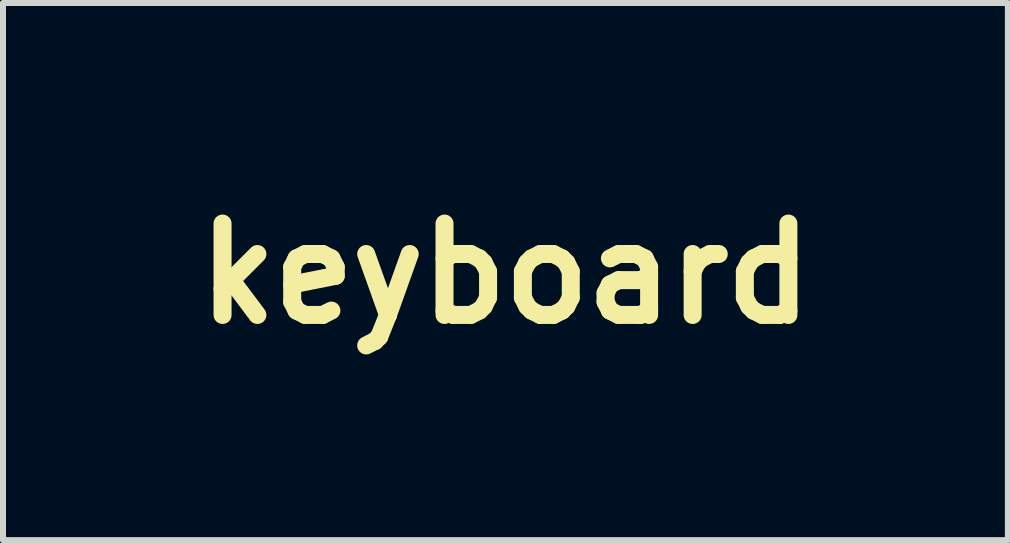
<source format=kicad_pcb>
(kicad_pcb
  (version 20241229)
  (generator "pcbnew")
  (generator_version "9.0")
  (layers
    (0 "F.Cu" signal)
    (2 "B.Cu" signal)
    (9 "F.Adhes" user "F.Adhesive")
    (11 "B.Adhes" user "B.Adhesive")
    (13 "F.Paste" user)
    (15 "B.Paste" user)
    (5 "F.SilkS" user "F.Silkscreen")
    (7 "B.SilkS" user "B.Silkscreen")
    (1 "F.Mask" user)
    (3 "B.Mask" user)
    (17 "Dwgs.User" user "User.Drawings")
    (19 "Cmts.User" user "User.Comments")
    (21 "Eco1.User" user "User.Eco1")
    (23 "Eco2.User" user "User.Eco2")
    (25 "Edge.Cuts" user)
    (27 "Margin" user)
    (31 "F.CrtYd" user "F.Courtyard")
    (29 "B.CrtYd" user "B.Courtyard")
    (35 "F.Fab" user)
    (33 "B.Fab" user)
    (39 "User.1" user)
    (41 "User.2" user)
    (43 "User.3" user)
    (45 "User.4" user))
  (footprint "keyboard"
    (layer "F.Cu")
    (at 5.378 1.512)
    (property "Reference" "keyboard" (at 0 0 0) (layer "F.SilkS") (effects (font (size 1.524 1.524) (thickness 0.3))))
    (attr through_hole)
    (fp_poly (pts (xy -1.129 0.198) (xy -1.119 0.298) (xy -1.129 0.31) (xy -1.179 0.299) (xy -1.185 0.254) (xy -1.154 0.184) (xy -1.129 0.198)) (stroke (width 0.01) (type solid)) (fill yes) (layer "F.Mask"))
    (fp_poly (pts (xy -1.384 0.56) (xy -1.397 0.593) (xy -1.473 0.673) (xy -1.487 0.677) (xy -1.523 0.612) (xy -1.524 0.593) (xy -1.459 0.511) (xy -1.434 0.508) (xy -1.384 0.56)) (stroke (width 0.01) (type solid)) (fill yes) (layer "F.Mask"))
    (fp_poly (pts (xy -1.357 -0.105) (xy -1.355 -0.085) (xy -1.419 -0.002) (xy -1.439 0) (xy -1.522 -0.064) (xy -1.524 -0.085) (xy -1.46 -0.167) (xy -1.439 -0.169) (xy -1.357 -0.105)) (stroke (width 0.01) (type solid)) (fill yes) (layer "F.Mask"))
    (fp_poly (pts (xy -1.357 0.234) (xy -1.355 0.254) (xy -1.419 0.336) (xy -1.439 0.339) (xy -1.522 0.274) (xy -1.524 0.254) (xy -1.46 0.172) (xy -1.439 0.169) (xy -1.357 0.234)) (stroke (width 0.01) (type solid)) (fill yes) (layer "F.Mask"))
    (fp_poly (pts (xy -1.104 0.569) (xy -1.101 0.593) (xy -1.13 0.675) (xy -1.138 0.677) (xy -1.21 0.618) (xy -1.228 0.593) (xy -1.221 0.515) (xy -1.19 0.508) (xy -1.104 0.569)) (stroke (width 0.01) (type solid)) (fill yes) (layer "F.Mask"))
    (fp_poly (pts (xy -1.102 -0.104) (xy -1.101 -0.085) (xy -1.166 -0.003) (xy -1.19 0) (xy -1.241 -0.052) (xy -1.228 -0.085) (xy -1.152 -0.165) (xy -1.138 -0.169) (xy -1.102 -0.104)) (stroke (width 0.01) (type solid)) (fill yes) (layer "F.Mask"))
    (fp_poly (pts (xy -0.765 0.569) (xy -0.762 0.593) (xy -0.791 0.675) (xy -0.799 0.677) (xy -0.872 0.618) (xy -0.889 0.593) (xy -0.882 0.515) (xy -0.852 0.508) (xy -0.765 0.569)) (stroke (width 0.01) (type solid)) (fill yes) (layer "F.Mask"))
    (fp_poly (pts (xy -0.764 -0.105) (xy -0.762 -0.085) (xy -0.826 -0.002) (xy -0.847 0) (xy -0.929 -0.064) (xy -0.931 -0.085) (xy -0.867 -0.167) (xy -0.847 -0.169) (xy -0.764 -0.105)) (stroke (width 0.01) (type solid)) (fill yes) (layer "F.Mask"))
    (fp_poly (pts (xy -0.764 0.234) (xy -0.762 0.254) (xy -0.826 0.336) (xy -0.847 0.339) (xy -0.929 0.274) (xy -0.931 0.254) (xy -0.867 0.172) (xy -0.847 0.169) (xy -0.764 0.234)) (stroke (width 0.01) (type solid)) (fill yes) (layer "F.Mask"))
    (fp_poly (pts (xy -0.426 -0.105) (xy -0.423 -0.085) (xy -0.488 -0.002) (xy -0.508 0) (xy -0.59 -0.064) (xy -0.593 -0.085) (xy -0.528 -0.167) (xy -0.508 -0.169) (xy -0.426 -0.105)) (stroke (width 0.01) (type solid)) (fill yes) (layer "F.Mask"))
    (fp_poly (pts (xy -0.426 0.234) (xy -0.423 0.254) (xy -0.488 0.336) (xy -0.508 0.339) (xy -0.59 0.274) (xy -0.593 0.254) (xy -0.528 0.172) (xy -0.508 0.169) (xy -0.426 0.234)) (stroke (width 0.01) (type solid)) (fill yes) (layer "F.Mask"))
    (fp_poly (pts (xy -0.426 0.572) (xy -0.423 0.593) (xy -0.488 0.675) (xy -0.508 0.677) (xy -0.59 0.613) (xy -0.593 0.593) (xy -0.528 0.51) (xy -0.508 0.508) (xy -0.426 0.572)) (stroke (width 0.01) (type solid)) (fill yes) (layer "F.Mask"))
    (fp_poly (pts (xy -0.087 -0.105) (xy -0.085 -0.085) (xy -0.149 -0.002) (xy -0.169 0) (xy -0.252 -0.064) (xy -0.254 -0.085) (xy -0.19 -0.167) (xy -0.169 -0.169) (xy -0.087 -0.105)) (stroke (width 0.01) (type solid)) (fill yes) (layer "F.Mask"))
    (fp_poly (pts (xy -0.087 0.234) (xy -0.085 0.254) (xy -0.149 0.336) (xy -0.169 0.339) (xy -0.252 0.274) (xy -0.254 0.254) (xy -0.19 0.172) (xy -0.169 0.169) (xy -0.087 0.234)) (stroke (width 0.01) (type solid)) (fill yes) (layer "F.Mask"))
    (fp_poly (pts (xy -0.087 0.572) (xy -0.085 0.593) (xy -0.149 0.675) (xy -0.169 0.677) (xy -0.252 0.613) (xy -0.254 0.593) (xy -0.19 0.51) (xy -0.169 0.508) (xy -0.087 0.572)) (stroke (width 0.01) (type solid)) (fill yes) (layer "F.Mask"))
    (fp_poly (pts (xy 0.252 -0.105) (xy 0.254 -0.085) (xy 0.19 -0.002) (xy 0.169 0) (xy 0.087 -0.064) (xy 0.085 -0.085) (xy 0.149 -0.167) (xy 0.169 -0.169) (xy 0.252 -0.105)) (stroke (width 0.01) (type solid)) (fill yes) (layer "F.Mask"))
    (fp_poly (pts (xy 0.252 0.234) (xy 0.254 0.254) (xy 0.19 0.336) (xy 0.169 0.339) (xy 0.087 0.274) (xy 0.085 0.254) (xy 0.149 0.172) (xy 0.169 0.169) (xy 0.252 0.234)) (stroke (width 0.01) (type solid)) (fill yes) (layer "F.Mask"))
    (fp_poly (pts (xy 0.252 0.572) (xy 0.254 0.593) (xy 0.19 0.675) (xy 0.169 0.677) (xy 0.087 0.613) (xy 0.085 0.593) (xy 0.149 0.51) (xy 0.169 0.508) (xy 0.252 0.572)) (stroke (width 0.01) (type solid)) (fill yes) (layer "F.Mask"))
    (fp_poly (pts (xy 0.564 0.221) (xy 0.55 0.254) (xy 0.474 0.335) (xy 0.461 0.339) (xy 0.424 0.273) (xy 0.423 0.254) (xy 0.488 0.173) (xy 0.513 0.169) (xy 0.564 0.221)) (stroke (width 0.01) (type solid)) (fill yes) (layer "F.Mask"))
    (fp_poly (pts (xy 0.564 0.56) (xy 0.55 0.593) (xy 0.474 0.673) (xy 0.461 0.677) (xy 0.424 0.612) (xy 0.423 0.593) (xy 0.488 0.511) (xy 0.513 0.508) (xy 0.564 0.56)) (stroke (width 0.01) (type solid)) (fill yes) (layer "F.Mask"))
    (fp_poly (pts (xy 0.59 -0.105) (xy 0.593 -0.085) (xy 0.528 -0.002) (xy 0.508 0) (xy 0.426 -0.064) (xy 0.423 -0.085) (xy 0.488 -0.167) (xy 0.508 -0.169) (xy 0.59 -0.105)) (stroke (width 0.01) (type solid)) (fill yes) (layer "F.Mask"))
    (fp_poly (pts (xy 0.843 0.231) (xy 0.847 0.254) (xy 0.818 0.336) (xy 0.809 0.339) (xy 0.737 0.279) (xy 0.72 0.254) (xy 0.726 0.176) (xy 0.757 0.169) (xy 0.843 0.231)) (stroke (width 0.01) (type solid)) (fill yes) (layer "F.Mask"))
    (fp_poly (pts (xy 0.843 0.569) (xy 0.847 0.593) (xy 0.818 0.675) (xy 0.809 0.677) (xy 0.737 0.618) (xy 0.72 0.593) (xy 0.726 0.515) (xy 0.757 0.508) (xy 0.843 0.569)) (stroke (width 0.01) (type solid)) (fill yes) (layer "F.Mask"))
    (fp_poly (pts (xy 0.846 -0.104) (xy 0.847 -0.085) (xy 0.782 -0.003) (xy 0.757 0) (xy 0.706 -0.052) (xy 0.72 -0.085) (xy 0.796 -0.165) (xy 0.809 -0.169) (xy 0.846 -0.104)) (stroke (width 0.01) (type solid)) (fill yes) (layer "F.Mask"))
    (fp_poly (pts (xy 1.182 0.569) (xy 1.185 0.593) (xy 1.156 0.675) (xy 1.148 0.677) (xy 1.076 0.618) (xy 1.058 0.593) (xy 1.065 0.515) (xy 1.096 0.508) (xy 1.182 0.569)) (stroke (width 0.01) (type solid)) (fill yes) (layer "F.Mask"))
    (fp_poly (pts (xy 1.183 -0.105) (xy 1.185 -0.085) (xy 1.121 -0.002) (xy 1.101 0) (xy 1.018 -0.064) (xy 1.016 -0.085) (xy 1.08 -0.167) (xy 1.101 -0.169) (xy 1.183 -0.105)) (stroke (width 0.01) (type solid)) (fill yes) (layer "F.Mask"))
    (fp_poly (pts (xy 1.183 0.234) (xy 1.185 0.254) (xy 1.121 0.336) (xy 1.101 0.339) (xy 1.018 0.274) (xy 1.016 0.254) (xy 1.08 0.172) (xy 1.101 0.169) (xy 1.183 0.234)) (stroke (width 0.01) (type solid)) (fill yes) (layer "F.Mask"))
    (fp_poly (pts (xy 1.522 -0.105) (xy 1.524 -0.085) (xy 1.46 -0.002) (xy 1.439 0) (xy 1.357 -0.064) (xy 1.355 -0.085) (xy 1.419 -0.167) (xy 1.439 -0.169) (xy 1.522 -0.105)) (stroke (width 0.01) (type solid)) (fill yes) (layer "F.Mask"))
    (fp_poly (pts (xy 1.522 0.234) (xy 1.524 0.254) (xy 1.46 0.336) (xy 1.439 0.339) (xy 1.357 0.274) (xy 1.355 0.254) (xy 1.419 0.172) (xy 1.439 0.169) (xy 1.522 0.234)) (stroke (width 0.01) (type solid)) (fill yes) (layer "F.Mask"))
    (fp_poly (pts (xy 1.522 0.572) (xy 1.524 0.593) (xy 1.46 0.675) (xy 1.439 0.677) (xy 1.357 0.613) (xy 1.355 0.593) (xy 1.419 0.51) (xy 1.439 0.508) (xy 1.522 0.572)) (stroke (width 0.01) (type solid)) (fill yes) (layer "F.Mask"))
    (fp_poly (pts (xy 0.582 0.851) (xy 1.035 0.865) (xy 1.346 0.886) (xy 1.505 0.915) (xy 1.524 0.931) (xy 1.441 0.964) (xy 1.201 0.989) (xy 0.814 1.006) (xy 0.291 1.015) (xy 0 1.016) (xy -0.582 1.011) (xy -1.035 0.998) (xy -1.346 0.977) (xy -1.505 0.948) (xy -1.524 0.931) (xy -1.441 0.899) (xy -1.201 0.874) (xy -0.814 0.857) (xy -0.291 0.848) (xy 0 0.847) (xy 0.582 0.851)) (stroke (width 0.01) (type solid)) (fill yes) (layer "F.Mask"))
    (fp_poly (pts (xy 0.423 -1.476) (xy 0.591 -1.433) (xy 0.709 -1.418) (xy 0.85 -1.432) (xy 1.085 -1.474) (xy 1.42 -1.483) (xy 1.649 -1.377) (xy 1.757 -1.167) (xy 1.756 -0.987) (xy 1.78 -0.739) (xy 1.918 -0.545) (xy 2.016 -0.429) (xy 2.076 -0.293) (xy 2.106 -0.094) (xy 2.116 0.213) (xy 2.117 0.377) (xy 2.116 0.707) (xy 2.1 0.961) (xy 2.05 1.148) (xy 1.945 1.279) (xy 1.767 1.363) (xy 1.494 1.411) (xy 1.109 1.433) (xy 0.59 1.439) (xy 0.042 1.439) (xy -0.545 1.438) (xy -0.987 1.434) (xy -1.307 1.424) (xy -1.529 1.407) (xy -1.676 1.38) (xy -1.774 1.341) (xy -1.844 1.288) (xy -1.863 1.27) (xy -1.949 1.156) (xy -2.001 1.001) (xy -2.026 0.761) (xy -2.028 0.641) (xy -1.851 0.641) (xy -1.847 0.934) (xy -1.834 1.122) (xy -1.826 1.159) (xy -1.781 1.197) (xy -1.666 1.226) (xy -1.464 1.244) (xy -1.154 1.254) (xy -0.719 1.257) (xy -0.139 1.253) (xy 0.061 1.25) (xy 1.905 1.228) (xy 1.905 -0.466) (xy -1.82 -0.466) (xy -1.845 0.29) (xy -1.851 0.641) (xy -2.028 0.641) (xy -2.032 0.4) (xy -2.031 0.052) (xy -2.016 -0.211) (xy -1.965 -0.402) (xy -1.858 -0.532) (xy -1.674 -0.613) (xy -1.393 -0.657) (xy -0.995 -0.674) (xy -0.458 -0.677) (xy -0.124 -0.677) (xy 1.521 -0.677) (xy 1.574 -0.889) (xy 1.609 -1.135) (xy 1.547 -1.277) (xy 1.368 -1.332) (xy 1.05 -1.317) (xy 1.037 -1.316) (xy 0.724 -1.293) (xy 0.521 -1.32) (xy 0.381 -1.396) (xy 0.269 -1.493) (xy 0.299 -1.507) (xy 0.423 -1.476)) (stroke (width 0.01) (type solid)) (fill yes) (layer "F.Mask")))
  (gr_rect
    (start -3 -3)
    (end 13.755 5.956)
    (stroke (width 0.1) (type default))
    (fill no)
    (layer "Edge.Cuts")))
</source>
